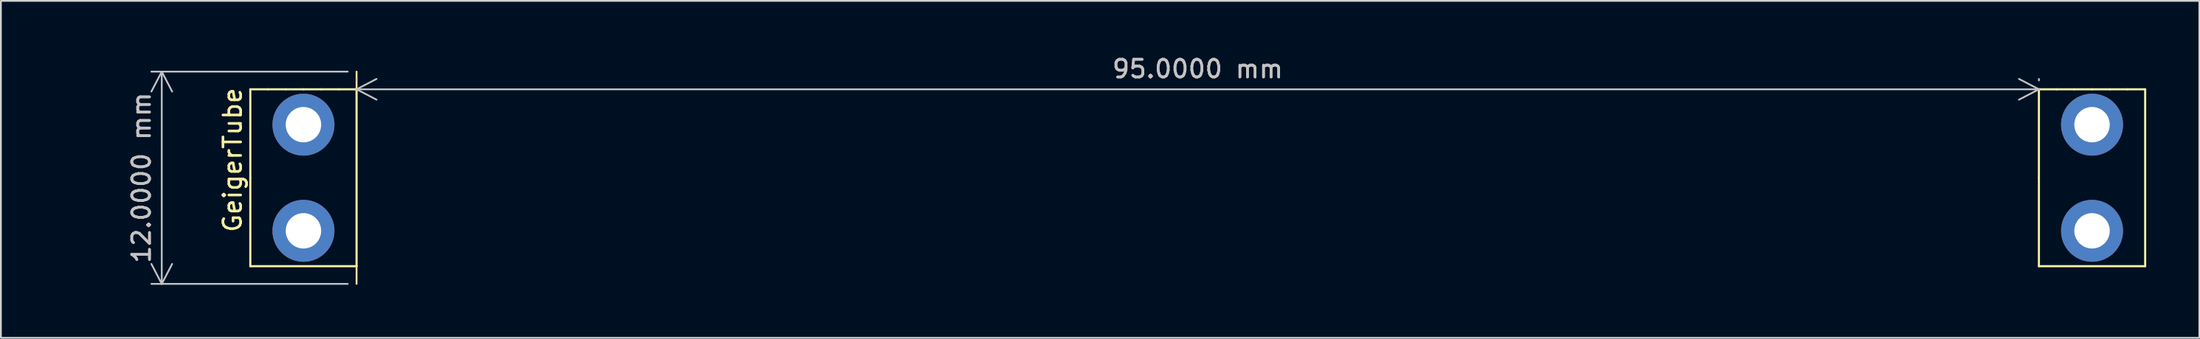
<source format=kicad_pcb>
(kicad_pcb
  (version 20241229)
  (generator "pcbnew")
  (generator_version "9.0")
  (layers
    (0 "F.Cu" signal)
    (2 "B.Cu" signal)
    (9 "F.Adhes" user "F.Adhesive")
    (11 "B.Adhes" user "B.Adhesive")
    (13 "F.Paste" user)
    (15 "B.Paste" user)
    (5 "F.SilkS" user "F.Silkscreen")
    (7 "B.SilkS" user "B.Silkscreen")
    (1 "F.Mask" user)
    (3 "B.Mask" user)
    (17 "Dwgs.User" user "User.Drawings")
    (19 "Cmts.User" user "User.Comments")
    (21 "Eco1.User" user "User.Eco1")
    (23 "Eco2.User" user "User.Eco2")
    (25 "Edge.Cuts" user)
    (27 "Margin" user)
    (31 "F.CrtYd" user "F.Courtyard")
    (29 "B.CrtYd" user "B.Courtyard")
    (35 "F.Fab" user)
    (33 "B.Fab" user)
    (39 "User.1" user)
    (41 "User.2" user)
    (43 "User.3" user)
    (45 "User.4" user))
  (footprint "GeigerTube"
    (layer "F.Cu")
    (at 57.085 6.998)
    (property "Reference" "GeigerTube" (at -47 -1 90) (layer "F.SilkS") (effects (font (size 1 1) (thickness 0.15))))
    (attr through_hole)
    (fp_line (start -46 -5) (end -45 -5) (stroke (width 0.12) (type solid)) (layer "F.SilkS"))
    (fp_line (start -46 0) (end -46 -5) (stroke (width 0.12) (type solid)) (layer "F.SilkS"))
    (fp_line (start -46 5) (end -46 0) (stroke (width 0.12) (type solid)) (layer "F.SilkS"))
    (fp_line (start -45 -5) (end -44 -5) (stroke (width 0.12) (type solid)) (layer "F.SilkS"))
    (fp_line (start -44 -5) (end -43 -5) (stroke (width 0.12) (type solid)) (layer "F.SilkS"))
    (fp_line (start -43 -5) (end -42 -5) (stroke (width 0.12) (type solid)) (layer "F.SilkS"))
    (fp_line (start -42 -5) (end -41 -5) (stroke (width 0.12) (type solid)) (layer "F.SilkS"))
    (fp_line (start -41 -5) (end -40 -5) (stroke (width 0.12) (type solid)) (layer "F.SilkS"))
    (fp_line (start -40 -6) (end -40 -5) (stroke (width 0.1) (type default)) (layer "F.SilkS"))
    (fp_line (start -40 -5) (end -40 5) (stroke (width 0.12) (type solid)) (layer "F.SilkS"))
    (fp_line (start -40 5) (end -46 5) (stroke (width 0.12) (type solid)) (layer "F.SilkS"))
    (fp_line (start -40 6) (end -40 5) (stroke (width 0.1) (type default)) (layer "F.SilkS"))
    (fp_line (start 55 -5) (end 56 -5) (stroke (width 0.12) (type solid)) (layer "F.SilkS"))
    (fp_line (start 55 0) (end 55 -5) (stroke (width 0.12) (type solid)) (layer "F.SilkS"))
    (fp_line (start 55 5) (end 55 0) (stroke (width 0.12) (type solid)) (layer "F.SilkS"))
    (fp_line (start 56 -5) (end 57 -5) (stroke (width 0.12) (type solid)) (layer "F.SilkS"))
    (fp_line (start 57 -5) (end 58 -5) (stroke (width 0.12) (type solid)) (layer "F.SilkS"))
    (fp_line (start 58 -5) (end 59 -5) (stroke (width 0.12) (type solid)) (layer "F.SilkS"))
    (fp_line (start 59 -5) (end 60 -5) (stroke (width 0.12) (type solid)) (layer "F.SilkS"))
    (fp_line (start 60 -5) (end 61 -5) (stroke (width 0.12) (type solid)) (layer "F.SilkS"))
    (fp_line (start 61 -5) (end 61 5) (stroke (width 0.12) (type solid)) (layer "F.SilkS"))
    (fp_line (start 61 5) (end 55 5) (stroke (width 0.12) (type solid)) (layer "F.SilkS"))
    (dimension (type aligned) (layer "Dwgs.User") (pts (xy 17.085 12.998) (xy 17.085 0.998)) (height -11) (format (prefix "") (suffix "") (units 3) (units_format 1) (precision 4)) (style (thickness 0.1) (arrow_length 1.27) (text_position_mode 0) (arrow_direction outward) (extension_height 0.586) (extension_offset 0.5) (keep_text_aligned yes)) (gr_text "12.0000 mm" (at 4.935 6.998 90) (layer "Dwgs.User") (effects (font (size 1 1) (thickness 0.15)))))
    (dimension (type aligned) (layer "Dwgs.User") (pts (xy 17.085 1.998) (xy 112.085 1.998)) (height 0) (format (prefix "") (suffix "") (units 3) (units_format 1) (precision 4)) (style (thickness 0.1) (arrow_length 1.27) (text_position_mode 0) (arrow_direction outward) (extension_height 0.586) (extension_offset 0.5) (keep_text_aligned yes)) (gr_text "95.0000 mm" (at 64.585 0.848 0) (layer "Dwgs.User") (effects (font (size 1 1) (thickness 0.15)))))
    (pad "1" thru_hole circle (at -43 -3 90) (size 3.5 3.5) (drill 2) (layers "*.Cu" "*.Mask"))
    (pad "1" thru_hole circle (at -43 3 90) (size 3.5 3.5) (drill 2) (layers "*.Cu" "*.Mask"))
    (pad "2" thru_hole circle (at 58 -3 90) (size 3.5 3.5) (drill 2) (layers "*.Cu" "*.Mask"))
    (pad "2" thru_hole circle (at 58 3 90) (size 3.5 3.5) (drill 2) (layers "*.Cu" "*.Mask")))
  (gr_rect
    (start -3 -3)
    (end 121.145 16.048)
    (stroke (width 0.1) (type default))
    (fill no)
    (layer "Edge.Cuts")))
</source>
